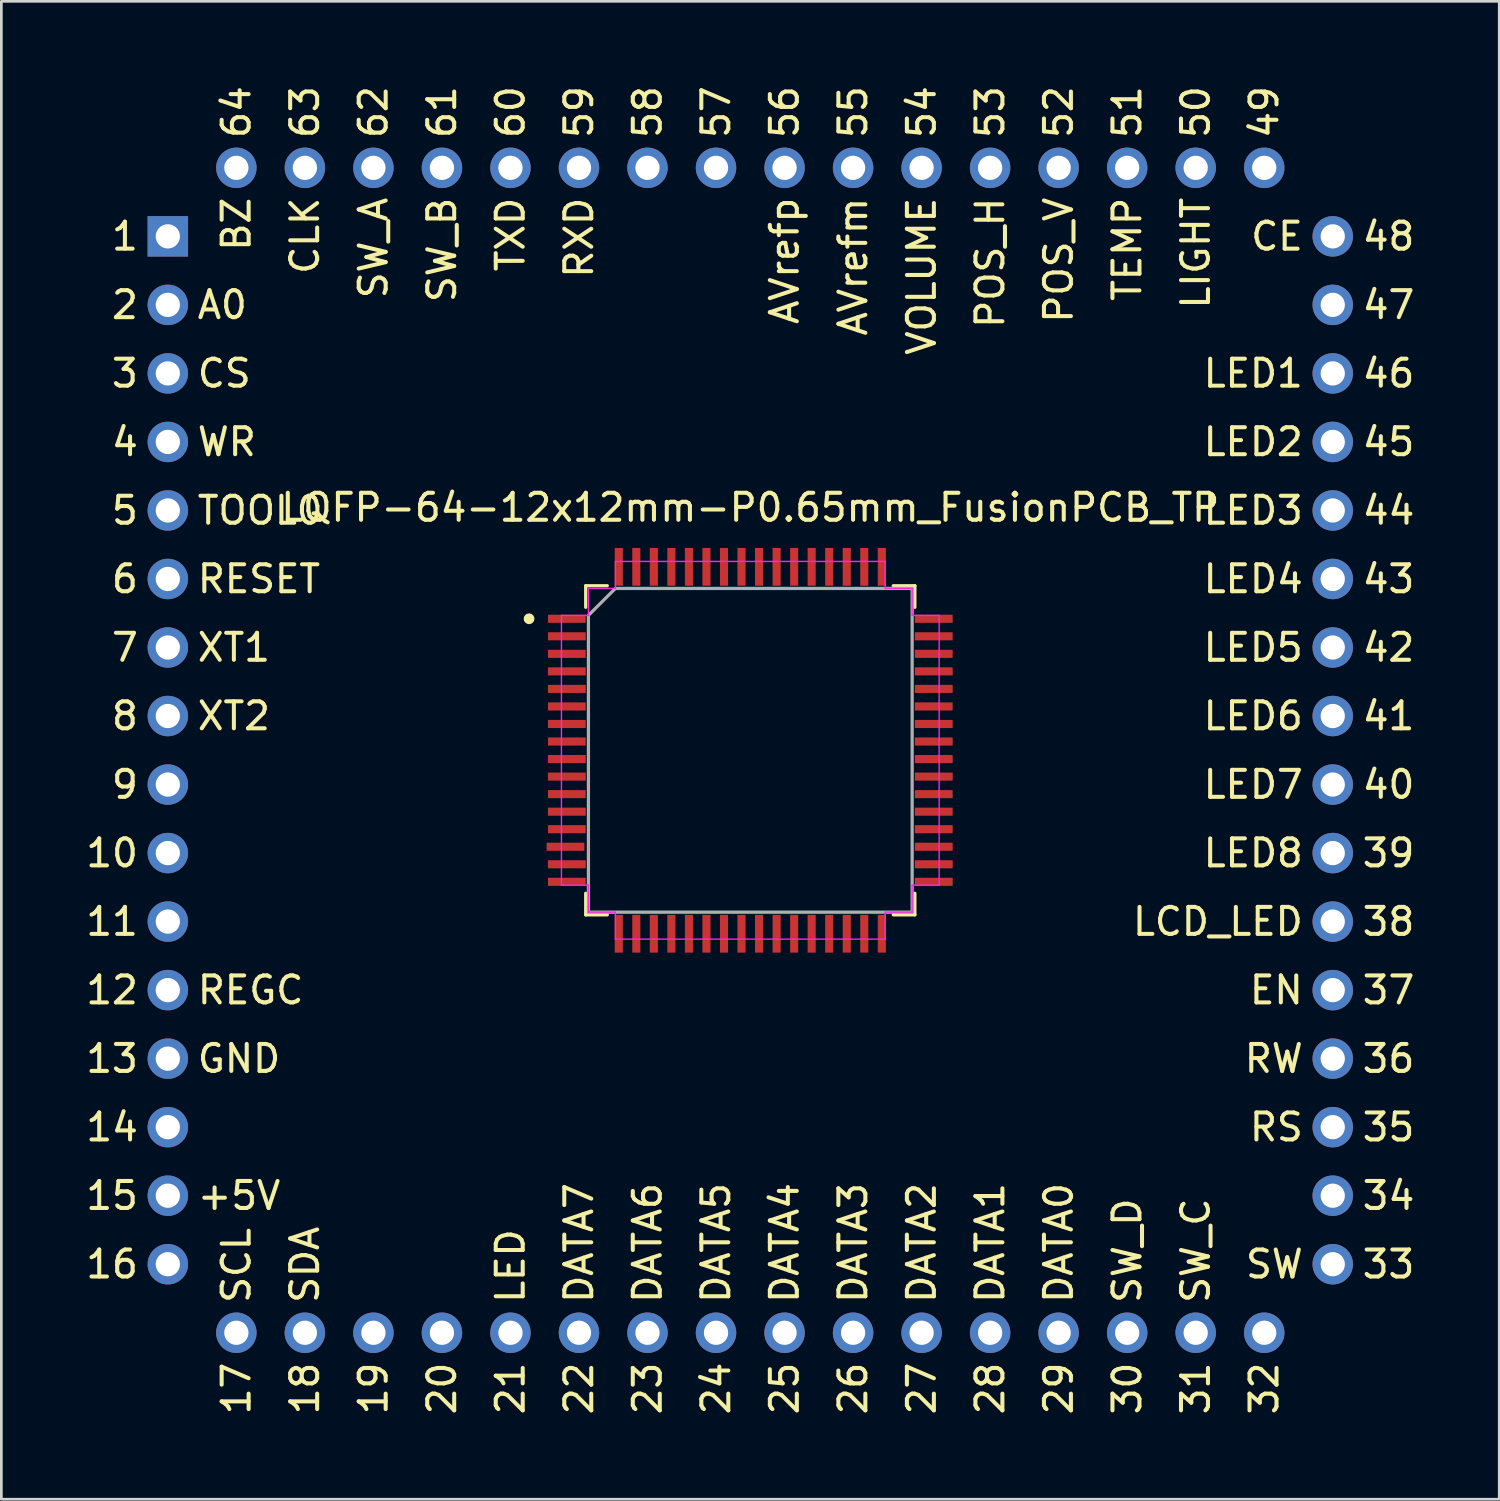
<source format=kicad_pcb>
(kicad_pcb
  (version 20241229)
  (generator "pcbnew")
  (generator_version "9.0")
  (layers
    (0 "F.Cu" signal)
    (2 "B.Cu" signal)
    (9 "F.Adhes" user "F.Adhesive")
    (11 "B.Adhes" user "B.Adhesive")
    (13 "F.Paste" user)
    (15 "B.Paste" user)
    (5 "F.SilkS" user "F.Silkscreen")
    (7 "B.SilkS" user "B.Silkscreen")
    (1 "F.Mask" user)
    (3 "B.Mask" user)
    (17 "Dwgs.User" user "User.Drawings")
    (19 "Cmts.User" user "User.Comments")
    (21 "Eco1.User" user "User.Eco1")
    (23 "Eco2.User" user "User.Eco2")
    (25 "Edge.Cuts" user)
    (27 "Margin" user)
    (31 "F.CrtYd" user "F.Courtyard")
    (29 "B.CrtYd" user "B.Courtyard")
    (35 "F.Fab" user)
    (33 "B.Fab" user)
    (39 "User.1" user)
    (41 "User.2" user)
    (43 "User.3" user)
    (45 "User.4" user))
  (footprint "LQFP-64-12x12mm-P0.65mm_FusionPCB_TP"
    (layer "F.Cu")
    (at 24.761 24.761)
    (property "Reference" "LQFP-64-12x12mm-P0.65mm_FusionPCB_TP" (at 0 -9 0) (layer "F.SilkS") (effects (font (size 1 1) (thickness 0.15))))
    (attr through_hole)
    (fp_line (start -6.1 -6.1) (end -6.1 -5.3) (stroke (width 0.12) (type solid)) (layer "F.SilkS"))
    (fp_line (start -6.1 5.3) (end -6.1 6.1) (stroke (width 0.12) (type solid)) (layer "F.SilkS"))
    (fp_line (start -6.1 6.1) (end -5.3 6.1) (stroke (width 0.12) (type solid)) (layer "F.SilkS"))
    (fp_line (start -5.3 -6.1) (end -6.1 -6.1) (stroke (width 0.12) (type solid)) (layer "F.SilkS"))
    (fp_line (start 5.3 6.1) (end 6.1 6.1) (stroke (width 0.12) (type solid)) (layer "F.SilkS"))
    (fp_line (start 6.1 -6.1) (end 5.3 -6.1) (stroke (width 0.12) (type solid)) (layer "F.SilkS"))
    (fp_line (start 6.1 -5.3) (end 6.1 -6.1) (stroke (width 0.12) (type solid)) (layer "F.SilkS"))
    (fp_line (start 6.1 6.1) (end 6.1 5.3) (stroke (width 0.12) (type solid)) (layer "F.SilkS"))
    (fp_circle (center -8.2 -4.875) (end -8.1 -4.875) (stroke (width 0.2) (type solid)) (fill no) (layer "F.SilkS"))
    (fp_line (start -7 -5) (end -7 5) (stroke (width 0.05) (type solid)) (layer "F.CrtYd"))
    (fp_line (start -7 5) (end -6 5) (stroke (width 0.05) (type solid)) (layer "F.CrtYd"))
    (fp_line (start -6 -6) (end -6 -5) (stroke (width 0.05) (type solid)) (layer "F.CrtYd"))
    (fp_line (start -6 -5) (end -7 -5) (stroke (width 0.05) (type solid)) (layer "F.CrtYd"))
    (fp_line (start -6 5) (end -6 6) (stroke (width 0.05) (type solid)) (layer "F.CrtYd"))
    (fp_line (start -6 6) (end -5 6) (stroke (width 0.05) (type solid)) (layer "F.CrtYd"))
    (fp_line (start -5 -7) (end -5 -6) (stroke (width 0.05) (type solid)) (layer "F.CrtYd"))
    (fp_line (start -5 -6) (end -6 -6) (stroke (width 0.05) (type solid)) (layer "F.CrtYd"))
    (fp_line (start -5 6) (end -5 7) (stroke (width 0.05) (type solid)) (layer "F.CrtYd"))
    (fp_line (start -5 7) (end 5 7) (stroke (width 0.05) (type solid)) (layer "F.CrtYd"))
    (fp_line (start 5 -7) (end -5 -7) (stroke (width 0.05) (type solid)) (layer "F.CrtYd"))
    (fp_line (start 5 -6) (end 5 -7) (stroke (width 0.05) (type solid)) (layer "F.CrtYd"))
    (fp_line (start 5 6) (end 6 6) (stroke (width 0.05) (type solid)) (layer "F.CrtYd"))
    (fp_line (start 5 7) (end 5 6) (stroke (width 0.05) (type solid)) (layer "F.CrtYd"))
    (fp_line (start 6 -6) (end 5 -6) (stroke (width 0.05) (type solid)) (layer "F.CrtYd"))
    (fp_line (start 6 -5) (end 6 -6) (stroke (width 0.05) (type solid)) (layer "F.CrtYd"))
    (fp_line (start 6 5) (end 7 5) (stroke (width 0.05) (type solid)) (layer "F.CrtYd"))
    (fp_line (start 6 6) (end 6 5) (stroke (width 0.05) (type solid)) (layer "F.CrtYd"))
    (fp_line (start 7 -5) (end 6 -5) (stroke (width 0.05) (type solid)) (layer "F.CrtYd"))
    (fp_line (start 7 5) (end 7 -5) (stroke (width 0.05) (type solid)) (layer "F.CrtYd"))
    (fp_line (start -6 -5) (end -6 6) (stroke (width 0.12) (type solid)) (layer "F.Fab"))
    (fp_line (start -6 6) (end 6 6) (stroke (width 0.12) (type solid)) (layer "F.Fab"))
    (fp_line (start -5 -6) (end -6 -5) (stroke (width 0.12) (type solid)) (layer "F.Fab"))
    (fp_line (start 6 -6) (end -5 -6) (stroke (width 0.12) (type solid)) (layer "F.Fab"))
    (fp_line (start 6 6) (end 6 -6) (stroke (width 0.12) (type solid)) (layer "F.Fab"))
    (fp_text user "2" (at -22.606 -16.51 0) (unlocked yes) (layer "F.SilkS") (effects (font (size 1 1) (thickness 0.15)) (justify right)))
    (fp_text user "26" (at 3.81 22.606 90) (unlocked yes) (layer "F.SilkS") (effects (font (size 1 1) (thickness 0.15)) (justify right)))
    (fp_text user "DATA0" (at 11.43 20.574 90) (unlocked yes) (layer "F.SilkS") (effects (font (size 1 1) (thickness 0.15)) (justify left)))
    (fp_text user "31" (at 16.51 22.606 90) (unlocked yes) (layer "F.SilkS") (effects (font (size 1 1) (thickness 0.15)) (justify right)))
    (fp_text user "56" (at 1.27 -22.606 90) (unlocked yes) (layer "F.SilkS") (effects (font (size 1 1) (thickness 0.15)) (justify left)))
    (fp_text user "7" (at -22.606 -3.81 0) (unlocked yes) (layer "F.SilkS") (effects (font (size 1 1) (thickness 0.15)) (justify right)))
    (fp_text user "LED5" (at 20.574 -3.81 0) (unlocked yes) (layer "F.SilkS") (effects (font (size 1 1) (thickness 0.15)) (justify right)))
    (fp_text user "4" (at -22.606 -11.43 0) (unlocked yes) (layer "F.SilkS") (effects (font (size 1 1) (thickness 0.15)) (justify right)))
    (fp_text user "50" (at 16.51 -22.606 90) (unlocked yes) (layer "F.SilkS") (effects (font (size 1 1) (thickness 0.15)) (justify left)))
    (fp_text user "32" (at 19.05 22.606 90) (unlocked yes) (layer "F.SilkS") (effects (font (size 1 1) (thickness 0.15)) (justify right)))
    (fp_text user "DATA6" (at -3.81 20.574 90) (unlocked yes) (layer "F.SilkS") (effects (font (size 1 1) (thickness 0.15)) (justify left)))
    (fp_text user "34" (at 22.606 16.51 0) (unlocked yes) (layer "F.SilkS") (effects (font (size 1 1) (thickness 0.15)) (justify left)))
    (fp_text user "RW" (at 20.574 11.43 0) (unlocked yes) (layer "F.SilkS") (effects (font (size 1 1) (thickness 0.15)) (justify right)))
    (fp_text user "DATA2" (at 6.35 20.574 90) (unlocked yes) (layer "F.SilkS") (effects (font (size 1 1) (thickness 0.15)) (justify left)))
    (fp_text user "45" (at 22.606 -11.43 0) (unlocked yes) (layer "F.SilkS") (effects (font (size 1 1) (thickness 0.15)) (justify left)))
    (fp_text user "TEMP" (at 13.97 -20.574 90) (unlocked yes) (layer "F.SilkS") (effects (font (size 1 1) (thickness 0.15)) (justify right)))
    (fp_text user "SDA" (at -16.51 20.574 90) (unlocked yes) (layer "F.SilkS") (effects (font (size 1 1) (thickness 0.15)) (justify left)))
    (fp_text user "28" (at 8.89 22.606 90) (unlocked yes) (layer "F.SilkS") (effects (font (size 1 1) (thickness 0.15)) (justify right)))
    (fp_text user "55" (at 3.81 -22.606 90) (unlocked yes) (layer "F.SilkS") (effects (font (size 1 1) (thickness 0.15)) (justify left)))
    (fp_text user "35" (at 22.606 13.97 0) (unlocked yes) (layer "F.SilkS") (effects (font (size 1 1) (thickness 0.15)) (justify left)))
    (fp_text user "22" (at -6.35 22.606 90) (unlocked yes) (layer "F.SilkS") (effects (font (size 1 1) (thickness 0.15)) (justify right)))
    (fp_text user "46" (at 22.606 -13.97 0) (unlocked yes) (layer "F.SilkS") (effects (font (size 1 1) (thickness 0.15)) (justify left)))
    (fp_text user "SW" (at 20.574 19.05 0) (unlocked yes) (layer "F.SilkS") (effects (font (size 1 1) (thickness 0.15)) (justify right)))
    (fp_text user "61" (at -11.43 -22.606 90) (unlocked yes) (layer "F.SilkS") (effects (font (size 1 1) (thickness 0.15)) (justify left)))
    (fp_text user "20" (at -11.43 22.606 90) (unlocked yes) (layer "F.SilkS") (effects (font (size 1 1) (thickness 0.15)) (justify right)))
    (fp_text user "LED6" (at 20.574 -1.27 0) (unlocked yes) (layer "F.SilkS") (effects (font (size 1 1) (thickness 0.15)) (justify right)))
    (fp_text user "63" (at -16.51 -22.606 90) (unlocked yes) (layer "F.SilkS") (effects (font (size 1 1) (thickness 0.15)) (justify left)))
    (fp_text user "XT1" (at -20.574 -3.81 0) (unlocked yes) (layer "F.SilkS") (effects (font (size 1 1) (thickness 0.15)) (justify left)))
    (fp_text user "GND" (at -20.574 11.43 0) (unlocked yes) (layer "F.SilkS") (effects (font (size 1 1) (thickness 0.15)) (justify left)))
    (fp_text user "1" (at -22.606 -19.05 0) (unlocked yes) (layer "F.SilkS") (effects (font (size 1 1) (thickness 0.15)) (justify right)))
    (fp_text user "36" (at 22.606 11.43 0) (unlocked yes) (layer "F.SilkS") (effects (font (size 1 1) (thickness 0.15)) (justify left)))
    (fp_text user "52" (at 11.43 -22.606 90) (unlocked yes) (layer "F.SilkS") (effects (font (size 1 1) (thickness 0.15)) (justify left)))
    (fp_text user "+5V" (at -20.574 16.51 0) (unlocked yes) (layer "F.SilkS") (effects (font (size 1 1) (thickness 0.15)) (justify left)))
    (fp_text user "LIGHT" (at 16.51 -20.574 90) (unlocked yes) (layer "F.SilkS") (effects (font (size 1 1) (thickness 0.15)) (justify right)))
    (fp_text user "64" (at -19.05 -22.606 90) (unlocked yes) (layer "F.SilkS") (effects (font (size 1 1) (thickness 0.15)) (justify left)))
    (fp_text user "5" (at -22.606 -8.89 0) (unlocked yes) (layer "F.SilkS") (effects (font (size 1 1) (thickness 0.15)) (justify right)))
    (fp_text user "49" (at 19.05 -22.606 90) (unlocked yes) (layer "F.SilkS") (effects (font (size 1 1) (thickness 0.15)) (justify left)))
    (fp_text user "RESET" (at -20.574 -6.35 0) (unlocked yes) (layer "F.SilkS") (effects (font (size 1 1) (thickness 0.15)) (justify left)))
    (fp_text user "54" (at 6.35 -22.606 90) (unlocked yes) (layer "F.SilkS") (effects (font (size 1 1) (thickness 0.15)) (justify left)))
    (fp_text user "DATA4" (at 1.27 20.574 90) (unlocked yes) (layer "F.SilkS") (effects (font (size 1 1) (thickness 0.15)) (justify left)))
    (fp_text user "39" (at 22.606 3.81 0) (unlocked yes) (layer "F.SilkS") (effects (font (size 1 1) (thickness 0.15)) (justify left)))
    (fp_text user "POS_V" (at 11.43 -20.574 90) (unlocked yes) (layer "F.SilkS") (effects (font (size 1 1) (thickness 0.15)) (justify right)))
    (fp_text user "53" (at 8.89 -22.606 90) (unlocked yes) (layer "F.SilkS") (effects (font (size 1 1) (thickness 0.15)) (justify left)))
    (fp_text user "TOOL0" (at -20.574 -8.89 0) (unlocked yes) (layer "F.SilkS") (effects (font (size 1 1) (thickness 0.15)) (justify left)))
    (fp_text user "LED3" (at 20.574 -8.89 0) (unlocked yes) (layer "F.SilkS") (effects (font (size 1 1) (thickness 0.15)) (justify right)))
    (fp_text user "12" (at -22.606 8.89 0) (unlocked yes) (layer "F.SilkS") (effects (font (size 1 1) (thickness 0.15)) (justify right)))
    (fp_text user "DATA1" (at 8.89 20.574 90) (unlocked yes) (layer "F.SilkS") (effects (font (size 1 1) (thickness 0.15)) (justify left)))
    (fp_text user "RXD" (at -6.35 -20.574 90) (unlocked yes) (layer "F.SilkS") (effects (font (size 1 1) (thickness 0.15)) (justify right)))
    (fp_text user "LED7" (at 20.574 1.27 0) (unlocked yes) (layer "F.SilkS") (effects (font (size 1 1) (thickness 0.15)) (justify right)))
    (fp_text user "47" (at 22.606 -16.51 0) (unlocked yes) (layer "F.SilkS") (effects (font (size 1 1) (thickness 0.15)) (justify left)))
    (fp_text user "42" (at 22.606 -3.81 0) (unlocked yes) (layer "F.SilkS") (effects (font (size 1 1) (thickness 0.15)) (justify left)))
    (fp_text user "REGC" (at -20.574 8.89 0) (unlocked yes) (layer "F.SilkS") (effects (font (size 1 1) (thickness 0.15)) (justify left)))
    (fp_text user "POS_H" (at 8.89 -20.574 90) (unlocked yes) (layer "F.SilkS") (effects (font (size 1 1) (thickness 0.15)) (justify right)))
    (fp_text user "LED4" (at 20.574 -6.35 0) (unlocked yes) (layer "F.SilkS") (effects (font (size 1 1) (thickness 0.15)) (justify right)))
    (fp_text user "24" (at -1.27 22.606 90) (unlocked yes) (layer "F.SilkS") (effects (font (size 1 1) (thickness 0.15)) (justify right)))
    (fp_text user "40" (at 22.606 1.27 0) (unlocked yes) (layer "F.SilkS") (effects (font (size 1 1) (thickness 0.15)) (justify left)))
    (fp_text user "48" (at 22.606 -19.05 0) (unlocked yes) (layer "F.SilkS") (effects (font (size 1 1) (thickness 0.15)) (justify left)))
    (fp_text user "CE" (at 20.574 -19.05 0) (unlocked yes) (layer "F.SilkS") (effects (font (size 1 1) (thickness 0.15)) (justify right)))
    (fp_text user "A0" (at -20.574 -16.51 0) (unlocked yes) (layer "F.SilkS") (effects (font (size 1 1) (thickness 0.15)) (justify left)))
    (fp_text user "8" (at -22.606 -1.27 0) (unlocked yes) (layer "F.SilkS") (effects (font (size 1 1) (thickness 0.15)) (justify right)))
    (fp_text user "DATA5" (at -1.27 20.574 90) (unlocked yes) (layer "F.SilkS") (effects (font (size 1 1) (thickness 0.15)) (justify left)))
    (fp_text user "LCD_LED" (at 20.574 6.35 0) (unlocked yes) (layer "F.SilkS") (effects (font (size 1 1) (thickness 0.15)) (justify right)))
    (fp_text user "51" (at 13.97 -22.606 90) (unlocked yes) (layer "F.SilkS") (effects (font (size 1 1) (thickness 0.15)) (justify left)))
    (fp_text user "LED2" (at 20.574 -11.43 0) (unlocked yes) (layer "F.SilkS") (effects (font (size 1 1) (thickness 0.15)) (justify right)))
    (fp_text user "29" (at 11.43 22.606 90) (unlocked yes) (layer "F.SilkS") (effects (font (size 1 1) (thickness 0.15)) (justify right)))
    (fp_text user "11" (at -22.606 6.35 0) (unlocked yes) (layer "F.SilkS") (effects (font (size 1 1) (thickness 0.15)) (justify right)))
    (fp_text user "LED8" (at 20.574 3.81 0) (unlocked yes) (layer "F.SilkS") (effects (font (size 1 1) (thickness 0.15)) (justify right)))
    (fp_text user "XT2" (at -20.574 -1.27 0) (unlocked yes) (layer "F.SilkS") (effects (font (size 1 1) (thickness 0.15)) (justify left)))
    (fp_text user "57" (at -1.27 -22.606 90) (unlocked yes) (layer "F.SilkS") (effects (font (size 1 1) (thickness 0.15)) (justify left)))
    (fp_text user "43" (at 22.606 -6.35 0) (unlocked yes) (layer "F.SilkS") (effects (font (size 1 1) (thickness 0.15)) (justify left)))
    (fp_text user "59" (at -6.35 -22.606 90) (unlocked yes) (layer "F.SilkS") (effects (font (size 1 1) (thickness 0.15)) (justify left)))
    (fp_text user "14" (at -22.606 13.97 0) (unlocked yes) (layer "F.SilkS") (effects (font (size 1 1) (thickness 0.15)) (justify right)))
    (fp_text user "37" (at 22.606 8.89 0) (unlocked yes) (layer "F.SilkS") (effects (font (size 1 1) (thickness 0.15)) (justify left)))
    (fp_text user "17" (at -19.05 22.606 90) (unlocked yes) (layer "F.SilkS") (effects (font (size 1 1) (thickness 0.15)) (justify right)))
    (fp_text user "38" (at 22.606 6.35 0) (unlocked yes) (layer "F.SilkS") (effects (font (size 1 1) (thickness 0.15)) (justify left)))
    (fp_text user "13" (at -22.606 11.43 0) (unlocked yes) (layer "F.SilkS") (effects (font (size 1 1) (thickness 0.15)) (justify right)))
    (fp_text user "60" (at -8.89 -22.606 90) (unlocked yes) (layer "F.SilkS") (effects (font (size 1 1) (thickness 0.15)) (justify left)))
    (fp_text user "AVrefp" (at 1.27 -20.574 90) (unlocked yes) (layer "F.SilkS") (effects (font (size 1 1) (thickness 0.15)) (justify right)))
    (fp_text user "30" (at 13.97 22.606 90) (unlocked yes) (layer "F.SilkS") (effects (font (size 1 1) (thickness 0.15)) (justify right)))
    (fp_text user "9" (at -22.606 1.27 0) (unlocked yes) (layer "F.SilkS") (effects (font (size 1 1) (thickness 0.15)) (justify right)))
    (fp_text user "18" (at -16.51 22.606 90) (unlocked yes) (layer "F.SilkS") (effects (font (size 1 1) (thickness 0.15)) (justify right)))
    (fp_text user "44" (at 22.606 -8.89 0) (unlocked yes) (layer "F.SilkS") (effects (font (size 1 1) (thickness 0.15)) (justify left)))
    (fp_text user "19" (at -13.97 22.606 90) (unlocked yes) (layer "F.SilkS") (effects (font (size 1 1) (thickness 0.15)) (justify right)))
    (fp_text user "41" (at 22.606 -1.27 0) (unlocked yes) (layer "F.SilkS") (effects (font (size 1 1) (thickness 0.15)) (justify left)))
    (fp_text user "6" (at -22.606 -6.35 0) (unlocked yes) (layer "F.SilkS") (effects (font (size 1 1) (thickness 0.15)) (justify right)))
    (fp_text user "33" (at 22.606 19.05 0) (unlocked yes) (layer "F.SilkS") (effects (font (size 1 1) (thickness 0.15)) (justify left)))
    (fp_text user "VOLUME" (at 6.35 -20.574 90) (unlocked yes) (layer "F.SilkS") (effects (font (size 1 1) (thickness 0.15)) (justify right)))
    (fp_text user "DATA7" (at -6.35 20.574 90) (unlocked yes) (layer "F.SilkS") (effects (font (size 1 1) (thickness 0.15)) (justify left)))
    (fp_text user "58" (at -3.81 -22.606 90) (unlocked yes) (layer "F.SilkS") (effects (font (size 1 1) (thickness 0.15)) (justify left)))
    (fp_text user "LED1" (at 20.574 -13.97 0) (unlocked yes) (layer "F.SilkS") (effects (font (size 1 1) (thickness 0.15)) (justify right)))
    (fp_text user "62" (at -13.97 -22.606 90) (unlocked yes) (layer "F.SilkS") (effects (font (size 1 1) (thickness 0.15)) (justify left)))
    (fp_text user "EN" (at 20.574 8.89 0) (unlocked yes) (layer "F.SilkS") (effects (font (size 1 1) (thickness 0.15)) (justify right)))
    (fp_text user "21" (at -8.89 22.606 90) (unlocked yes) (layer "F.SilkS") (effects (font (size 1 1) (thickness 0.15)) (justify right)))
    (fp_text user "LED" (at -8.89 20.574 90) (unlocked yes) (layer "F.SilkS") (effects (font (size 1 1) (thickness 0.15)) (justify left)))
    (fp_text user "SW_D" (at 13.97 20.574 90) (unlocked yes) (layer "F.SilkS") (effects (font (size 1 1) (thickness 0.15)) (justify left)))
    (fp_text user "27" (at 6.35 22.606 90) (unlocked yes) (layer "F.SilkS") (effects (font (size 1 1) (thickness 0.15)) (justify right)))
    (fp_text user "25" (at 1.27 22.606 90) (unlocked yes) (layer "F.SilkS") (effects (font (size 1 1) (thickness 0.15)) (justify right)))
    (fp_text user "RS" (at 20.574 13.97 0) (unlocked yes) (layer "F.SilkS") (effects (font (size 1 1) (thickness 0.15)) (justify right)))
    (fp_text user "CLK" (at -16.51 -20.574 90) (unlocked yes) (layer "F.SilkS") (effects (font (size 1 1) (thickness 0.15)) (justify right)))
    (fp_text user "SW_B" (at -11.43 -20.574 90) (unlocked yes) (layer "F.SilkS") (effects (font (size 1 1) (thickness 0.15)) (justify right)))
    (fp_text user "DATA3" (at 3.81 20.574 90) (unlocked yes) (layer "F.SilkS") (effects (font (size 1 1) (thickness 0.15)) (justify left)))
    (fp_text user "23" (at -3.81 22.606 90) (unlocked yes) (layer "F.SilkS") (effects (font (size 1 1) (thickness 0.15)) (justify right)))
    (fp_text user "16" (at -22.606 19.05 0) (unlocked yes) (layer "F.SilkS") (effects (font (size 1 1) (thickness 0.15)) (justify right)))
    (fp_text user "WR" (at -20.574 -11.43 0) (unlocked yes) (layer "F.SilkS") (effects (font (size 1 1) (thickness 0.15)) (justify left)))
    (fp_text user "BZ" (at -19.05 -20.574 90) (unlocked yes) (layer "F.SilkS") (effects (font (size 1 1) (thickness 0.15)) (justify right)))
    (fp_text user "TXD" (at -8.89 -20.574 90) (unlocked yes) (layer "F.SilkS") (effects (font (size 1 1) (thickness 0.15)) (justify right)))
    (fp_text user "15" (at -22.606 16.51 0) (unlocked yes) (layer "F.SilkS") (effects (font (size 1 1) (thickness 0.15)) (justify right)))
    (fp_text user "SCL" (at -19.05 20.574 90) (unlocked yes) (layer "F.SilkS") (effects (font (size 1 1) (thickness 0.15)) (justify left)))
    (fp_text user "AVrefm" (at 3.81 -20.574 90) (unlocked yes) (layer "F.SilkS") (effects (font (size 1 1) (thickness 0.15)) (justify right)))
    (fp_text user "10" (at -22.606 3.81 0) (unlocked yes) (layer "F.SilkS") (effects (font (size 1 1) (thickness 0.15)) (justify right)))
    (fp_text user "SW_A" (at -13.97 -20.574 90) (unlocked yes) (layer "F.SilkS") (effects (font (size 1 1) (thickness 0.15)) (justify right)))
    (fp_text user "SW_C" (at 16.51 20.574 90) (unlocked yes) (layer "F.SilkS") (effects (font (size 1 1) (thickness 0.15)) (justify left)))
    (fp_text user "3" (at -22.606 -13.97 0) (unlocked yes) (layer "F.SilkS") (effects (font (size 1 1) (thickness 0.15)) (justify right)))
    (fp_text user "CS" (at -20.574 -13.97 0) (unlocked yes) (layer "F.SilkS") (effects (font (size 1 1) (thickness 0.15)) (justify left)))
    (pad "1" thru_hole rect (at -21.59 -19.05) (size 1.5 1.5) (drill 0.9) (layers "*.Cu" "*.Mask"))
    (pad "1" smd rect (at -6.8 -4.875) (size 1.4 0.3) (layers "F.Cu" "F.Mask" "F.Paste"))
    (pad "2" thru_hole circle (at -21.59 -16.51) (size 1.5 1.5) (drill 0.9) (layers "*.Cu" "*.Mask"))
    (pad "2" smd rect (at -6.8 -4.225) (size 1.4 0.3) (layers "F.Cu" "F.Mask" "F.Paste"))
    (pad "3" thru_hole circle (at -21.59 -13.97) (size 1.5 1.5) (drill 0.9) (layers "*.Cu" "*.Mask"))
    (pad "3" smd rect (at -6.8 -3.575) (size 1.4 0.3) (layers "F.Cu" "F.Mask" "F.Paste"))
    (pad "4" thru_hole circle (at -21.59 -11.43) (size 1.5 1.5) (drill 0.9) (layers "*.Cu" "*.Mask"))
    (pad "4" smd rect (at -6.8 -2.925) (size 1.4 0.3) (layers "F.Cu" "F.Mask" "F.Paste"))
    (pad "5" thru_hole circle (at -21.59 -8.89) (size 1.5 1.5) (drill 0.9) (layers "*.Cu" "*.Mask"))
    (pad "5" smd rect (at -6.8 -2.275) (size 1.4 0.3) (layers "F.Cu" "F.Mask" "F.Paste"))
    (pad "6" thru_hole circle (at -21.59 -6.35) (size 1.5 1.5) (drill 0.9) (layers "*.Cu" "*.Mask"))
    (pad "6" smd rect (at -6.8 -1.625) (size 1.4 0.3) (layers "F.Cu" "F.Mask" "F.Paste"))
    (pad "7" thru_hole circle (at -21.59 -3.81) (size 1.5 1.5) (drill 0.9) (layers "*.Cu" "*.Mask"))
    (pad "7" smd rect (at -6.8 -0.975) (size 1.4 0.3) (layers "F.Cu" "F.Mask" "F.Paste"))
    (pad "8" thru_hole circle (at -21.59 -1.27) (size 1.5 1.5) (drill 0.9) (layers "*.Cu" "*.Mask"))
    (pad "8" smd rect (at -6.8 -0.325) (size 1.4 0.3) (layers "F.Cu" "F.Mask" "F.Paste"))
    (pad "9" thru_hole circle (at -21.59 1.27) (size 1.5 1.5) (drill 0.9) (layers "*.Cu" "*.Mask"))
    (pad "9" smd rect (at -6.8 0.325) (size 1.4 0.3) (layers "F.Cu" "F.Mask" "F.Paste"))
    (pad "10" thru_hole circle (at -21.59 3.81) (size 1.5 1.5) (drill 0.9) (layers "*.Cu" "*.Mask"))
    (pad "10" smd rect (at -6.8 0.975) (size 1.4 0.3) (layers "F.Cu" "F.Mask" "F.Paste"))
    (pad "11" thru_hole circle (at -21.59 6.35) (size 1.5 1.5) (drill 0.9) (layers "*.Cu" "*.Mask"))
    (pad "11" smd rect (at -6.8 1.625) (size 1.4 0.3) (layers "F.Cu" "F.Mask" "F.Paste"))
    (pad "12" thru_hole circle (at -21.59 8.89) (size 1.5 1.5) (drill 0.9) (layers "*.Cu" "*.Mask"))
    (pad "12" smd rect (at -6.8 2.275) (size 1.4 0.3) (layers "F.Cu" "F.Mask" "F.Paste"))
    (pad "13" thru_hole circle (at -21.59 11.43) (size 1.5 1.5) (drill 0.9) (layers "*.Cu" "*.Mask"))
    (pad "13" smd rect (at -6.8 2.925) (size 1.4 0.3) (layers "F.Cu" "F.Mask" "F.Paste"))
    (pad "14" thru_hole circle (at -21.59 13.97) (size 1.5 1.5) (drill 0.9) (layers "*.Cu" "*.Mask"))
    (pad "14" smd rect (at -6.85 3.575) (size 1.4 0.3) (layers "F.Cu" "F.Mask" "F.Paste"))
    (pad "15" thru_hole circle (at -21.59 16.51) (size 1.5 1.5) (drill 0.9) (layers "*.Cu" "*.Mask"))
    (pad "15" smd rect (at -6.8 4.225) (size 1.4 0.3) (layers "F.Cu" "F.Mask" "F.Paste"))
    (pad "16" thru_hole circle (at -21.59 19.05) (size 1.5 1.5) (drill 0.9) (layers "*.Cu" "*.Mask"))
    (pad "16" smd rect (at -6.8 4.875) (size 1.4 0.3) (layers "F.Cu" "F.Mask" "F.Paste"))
    (pad "17" thru_hole circle (at -19.05 21.59) (size 1.5 1.5) (drill 0.9) (layers "*.Cu" "*.Mask"))
    (pad "17" smd rect (at -4.875 6.8) (size 0.3 1.4) (layers "F.Cu" "F.Mask" "F.Paste"))
    (pad "18" thru_hole circle (at -16.51 21.59) (size 1.5 1.5) (drill 0.9) (layers "*.Cu" "*.Mask"))
    (pad "18" smd rect (at -4.225 6.8) (size 0.3 1.4) (layers "F.Cu" "F.Mask" "F.Paste"))
    (pad "19" thru_hole circle (at -13.97 21.59) (size 1.5 1.5) (drill 0.9) (layers "*.Cu" "*.Mask"))
    (pad "19" smd rect (at -3.575 6.8) (size 0.3 1.4) (layers "F.Cu" "F.Mask" "F.Paste"))
    (pad "20" thru_hole circle (at -11.43 21.59) (size 1.5 1.5) (drill 0.9) (layers "*.Cu" "*.Mask"))
    (pad "20" smd rect (at -2.925 6.8) (size 0.3 1.4) (layers "F.Cu" "F.Mask" "F.Paste"))
    (pad "21" thru_hole circle (at -8.89 21.59) (size 1.5 1.5) (drill 0.9) (layers "*.Cu" "*.Mask"))
    (pad "21" smd rect (at -2.275 6.8) (size 0.3 1.4) (layers "F.Cu" "F.Mask" "F.Paste"))
    (pad "22" thru_hole circle (at -6.35 21.59) (size 1.5 1.5) (drill 0.9) (layers "*.Cu" "*.Mask"))
    (pad "22" smd rect (at -1.625 6.8) (size 0.3 1.4) (layers "F.Cu" "F.Mask" "F.Paste"))
    (pad "23" thru_hole circle (at -3.81 21.59) (size 1.5 1.5) (drill 0.9) (layers "*.Cu" "*.Mask"))
    (pad "23" smd rect (at -0.975 6.8) (size 0.3 1.4) (layers "F.Cu" "F.Mask" "F.Paste"))
    (pad "24" thru_hole circle (at -1.27 21.59) (size 1.5 1.5) (drill 0.9) (layers "*.Cu" "*.Mask"))
    (pad "24" smd rect (at -0.325 6.8) (size 0.3 1.4) (layers "F.Cu" "F.Mask" "F.Paste"))
    (pad "25" smd rect (at 0.325 6.8) (size 0.3 1.4) (layers "F.Cu" "F.Mask" "F.Paste"))
    (pad "25" thru_hole circle (at 1.27 21.59) (size 1.5 1.5) (drill 0.9) (layers "*.Cu" "*.Mask"))
    (pad "26" smd rect (at 0.975 6.8) (size 0.3 1.4) (layers "F.Cu" "F.Mask" "F.Paste"))
    (pad "26" thru_hole circle (at 3.81 21.59) (size 1.5 1.5) (drill 0.9) (layers "*.Cu" "*.Mask"))
    (pad "27" smd rect (at 1.625 6.8) (size 0.3 1.4) (layers "F.Cu" "F.Mask" "F.Paste"))
    (pad "27" thru_hole circle (at 6.35 21.59) (size 1.5 1.5) (drill 0.9) (layers "*.Cu" "*.Mask"))
    (pad "28" smd rect (at 2.275 6.8) (size 0.3 1.4) (layers "F.Cu" "F.Mask" "F.Paste"))
    (pad "28" thru_hole circle (at 8.89 21.59) (size 1.5 1.5) (drill 0.9) (layers "*.Cu" "*.Mask"))
    (pad "29" smd rect (at 2.925 6.8) (size 0.3 1.4) (layers "F.Cu" "F.Mask" "F.Paste"))
    (pad "29" thru_hole circle (at 11.43 21.59) (size 1.5 1.5) (drill 0.9) (layers "*.Cu" "*.Mask"))
    (pad "30" smd rect (at 3.575 6.8) (size 0.3 1.4) (layers "F.Cu" "F.Mask" "F.Paste"))
    (pad "30" thru_hole circle (at 13.97 21.59) (size 1.5 1.5) (drill 0.9) (layers "*.Cu" "*.Mask"))
    (pad "31" smd rect (at 4.225 6.8) (size 0.3 1.4) (layers "F.Cu" "F.Mask" "F.Paste"))
    (pad "31" thru_hole circle (at 16.51 21.59) (size 1.5 1.5) (drill 0.9) (layers "*.Cu" "*.Mask"))
    (pad "32" smd rect (at 4.875 6.8) (size 0.3 1.4) (layers "F.Cu" "F.Mask" "F.Paste"))
    (pad "32" thru_hole circle (at 19.05 21.59) (size 1.5 1.5) (drill 0.9) (layers "*.Cu" "*.Mask"))
    (pad "33" smd rect (at 6.8 4.875) (size 1.4 0.3) (layers "F.Cu" "F.Mask" "F.Paste"))
    (pad "33" thru_hole circle (at 21.59 19.05) (size 1.5 1.5) (drill 0.9) (layers "*.Cu" "*.Mask"))
    (pad "34" smd rect (at 6.8 4.225) (size 1.4 0.3) (layers "F.Cu" "F.Mask" "F.Paste"))
    (pad "34" thru_hole circle (at 21.59 16.51) (size 1.5 1.5) (drill 0.9) (layers "*.Cu" "*.Mask"))
    (pad "35" smd rect (at 6.8 3.575) (size 1.4 0.3) (layers "F.Cu" "F.Mask" "F.Paste"))
    (pad "35" thru_hole circle (at 21.59 13.97) (size 1.5 1.5) (drill 0.9) (layers "*.Cu" "*.Mask"))
    (pad "36" smd rect (at 6.8 2.925) (size 1.4 0.3) (layers "F.Cu" "F.Mask" "F.Paste"))
    (pad "36" thru_hole circle (at 21.59 11.43) (size 1.5 1.5) (drill 0.9) (layers "*.Cu" "*.Mask"))
    (pad "37" smd rect (at 6.8 2.275) (size 1.4 0.3) (layers "F.Cu" "F.Mask" "F.Paste"))
    (pad "37" thru_hole circle (at 21.59 8.89) (size 1.5 1.5) (drill 0.9) (layers "*.Cu" "*.Mask"))
    (pad "38" smd rect (at 6.8 1.625) (size 1.4 0.3) (layers "F.Cu" "F.Mask" "F.Paste"))
    (pad "38" thru_hole circle (at 21.59 6.35) (size 1.5 1.5) (drill 0.9) (layers "*.Cu" "*.Mask"))
    (pad "39" smd rect (at 6.8 0.975) (size 1.4 0.3) (layers "F.Cu" "F.Mask" "F.Paste"))
    (pad "39" thru_hole circle (at 21.59 3.81) (size 1.5 1.5) (drill 0.9) (layers "*.Cu" "*.Mask"))
    (pad "40" smd rect (at 6.8 0.325) (size 1.4 0.3) (layers "F.Cu" "F.Mask" "F.Paste"))
    (pad "40" thru_hole circle (at 21.59 1.27) (size 1.5 1.5) (drill 0.9) (layers "*.Cu" "*.Mask"))
    (pad "41" smd rect (at 6.8 -0.325) (size 1.4 0.3) (layers "F.Cu" "F.Mask" "F.Paste"))
    (pad "41" thru_hole circle (at 21.59 -1.27) (size 1.5 1.5) (drill 0.9) (layers "*.Cu" "*.Mask"))
    (pad "42" smd rect (at 6.8 -0.975) (size 1.4 0.3) (layers "F.Cu" "F.Mask" "F.Paste"))
    (pad "42" thru_hole circle (at 21.59 -3.81) (size 1.5 1.5) (drill 0.9) (layers "*.Cu" "*.Mask"))
    (pad "43" smd rect (at 6.8 -1.625) (size 1.4 0.3) (layers "F.Cu" "F.Mask" "F.Paste"))
    (pad "43" thru_hole circle (at 21.59 -6.35) (size 1.5 1.5) (drill 0.9) (layers "*.Cu" "*.Mask"))
    (pad "44" smd rect (at 6.8 -2.275) (size 1.4 0.3) (layers "F.Cu" "F.Mask" "F.Paste"))
    (pad "44" thru_hole circle (at 21.59 -8.89) (size 1.5 1.5) (drill 0.9) (layers "*.Cu" "*.Mask"))
    (pad "45" smd rect (at 6.8 -2.925) (size 1.4 0.3) (layers "F.Cu" "F.Mask" "F.Paste"))
    (pad "45" thru_hole circle (at 21.59 -11.43) (size 1.5 1.5) (drill 0.9) (layers "*.Cu" "*.Mask"))
    (pad "46" smd rect (at 6.8 -3.575) (size 1.4 0.3) (layers "F.Cu" "F.Mask" "F.Paste"))
    (pad "46" thru_hole circle (at 21.59 -13.97) (size 1.5 1.5) (drill 0.9) (layers "*.Cu" "*.Mask"))
    (pad "47" smd rect (at 6.8 -4.225) (size 1.4 0.3) (layers "F.Cu" "F.Mask" "F.Paste"))
    (pad "47" thru_hole circle (at 21.59 -16.51) (size 1.5 1.5) (drill 0.9) (layers "*.Cu" "*.Mask"))
    (pad "48" smd rect (at 6.8 -4.875) (size 1.4 0.3) (layers "F.Cu" "F.Mask" "F.Paste"))
    (pad "48" thru_hole circle (at 21.59 -19.05) (size 1.5 1.5) (drill 0.9) (layers "*.Cu" "*.Mask"))
    (pad "49" smd rect (at 4.875 -6.8) (size 0.3 1.4) (layers "F.Cu" "F.Mask" "F.Paste"))
    (pad "49" thru_hole circle (at 19.05 -21.59) (size 1.5 1.5) (drill 0.9) (layers "*.Cu" "*.Mask"))
    (pad "50" smd rect (at 4.225 -6.8) (size 0.3 1.4) (layers "F.Cu" "F.Mask" "F.Paste"))
    (pad "50" thru_hole circle (at 16.51 -21.59) (size 1.5 1.5) (drill 0.9) (layers "*.Cu" "*.Mask"))
    (pad "51" smd rect (at 3.575 -6.8) (size 0.3 1.4) (layers "F.Cu" "F.Mask" "F.Paste"))
    (pad "51" thru_hole circle (at 13.97 -21.59) (size 1.5 1.5) (drill 0.9) (layers "*.Cu" "*.Mask"))
    (pad "52" smd rect (at 2.925 -6.8) (size 0.3 1.4) (layers "F.Cu" "F.Mask" "F.Paste"))
    (pad "52" thru_hole circle (at 11.43 -21.59) (size 1.5 1.5) (drill 0.9) (layers "*.Cu" "*.Mask"))
    (pad "53" smd rect (at 2.275 -6.8) (size 0.3 1.4) (layers "F.Cu" "F.Mask" "F.Paste"))
    (pad "53" thru_hole circle (at 8.89 -21.59) (size 1.5 1.5) (drill 0.9) (layers "*.Cu" "*.Mask"))
    (pad "54" smd rect (at 1.625 -6.8) (size 0.3 1.4) (layers "F.Cu" "F.Mask" "F.Paste"))
    (pad "54" thru_hole circle (at 6.35 -21.59) (size 1.5 1.5) (drill 0.9) (layers "*.Cu" "*.Mask"))
    (pad "55" smd rect (at 0.975 -6.8) (size 0.3 1.4) (layers "F.Cu" "F.Mask" "F.Paste"))
    (pad "55" thru_hole circle (at 3.81 -21.59) (size 1.5 1.5) (drill 0.9) (layers "*.Cu" "*.Mask"))
    (pad "56" smd rect (at 0.325 -6.8) (size 0.3 1.4) (layers "F.Cu" "F.Mask" "F.Paste"))
    (pad "56" thru_hole circle (at 1.27 -21.59) (size 1.5 1.5) (drill 0.9) (layers "*.Cu" "*.Mask"))
    (pad "57" thru_hole circle (at -1.27 -21.59) (size 1.5 1.5) (drill 0.9) (layers "*.Cu" "*.Mask"))
    (pad "57" smd rect (at -0.325 -6.8) (size 0.3 1.4) (layers "F.Cu" "F.Mask" "F.Paste"))
    (pad "58" thru_hole circle (at -3.81 -21.59) (size 1.5 1.5) (drill 0.9) (layers "*.Cu" "*.Mask"))
    (pad "58" smd rect (at -0.975 -6.8) (size 0.3 1.4) (layers "F.Cu" "F.Mask" "F.Paste"))
    (pad "59" thru_hole circle (at -6.35 -21.59) (size 1.5 1.5) (drill 0.9) (layers "*.Cu" "*.Mask"))
    (pad "59" smd rect (at -1.625 -6.8) (size 0.3 1.4) (layers "F.Cu" "F.Mask" "F.Paste"))
    (pad "60" thru_hole circle (at -8.89 -21.59) (size 1.5 1.5) (drill 0.9) (layers "*.Cu" "*.Mask"))
    (pad "60" smd rect (at -2.275 -6.8) (size 0.3 1.4) (layers "F.Cu" "F.Mask" "F.Paste"))
    (pad "61" thru_hole circle (at -11.43 -21.59) (size 1.5 1.5) (drill 0.9) (layers "*.Cu" "*.Mask"))
    (pad "61" smd rect (at -2.925 -6.8) (size 0.3 1.4) (layers "F.Cu" "F.Mask" "F.Paste"))
    (pad "62" thru_hole circle (at -13.97 -21.59) (size 1.5 1.5) (drill 0.9) (layers "*.Cu" "*.Mask"))
    (pad "62" smd rect (at -3.575 -6.8) (size 0.3 1.4) (layers "F.Cu" "F.Mask" "F.Paste"))
    (pad "63" thru_hole circle (at -16.51 -21.59) (size 1.5 1.5) (drill 0.9) (layers "*.Cu" "*.Mask"))
    (pad "63" smd rect (at -4.225 -6.8) (size 0.3 1.4) (layers "F.Cu" "F.Mask" "F.Paste"))
    (pad "64" thru_hole circle (at -19.05 -21.59) (size 1.5 1.5) (drill 0.9) (layers "*.Cu" "*.Mask"))
    (pad "64" smd rect (at -4.875 -6.8) (size 0.3 1.4) (layers "F.Cu" "F.Mask" "F.Paste")))
  (gr_rect
    (start -3 -3)
    (end 52.522 52.522)
    (stroke (width 0.1) (type default))
    (fill no)
    (layer "Edge.Cuts")))
</source>
